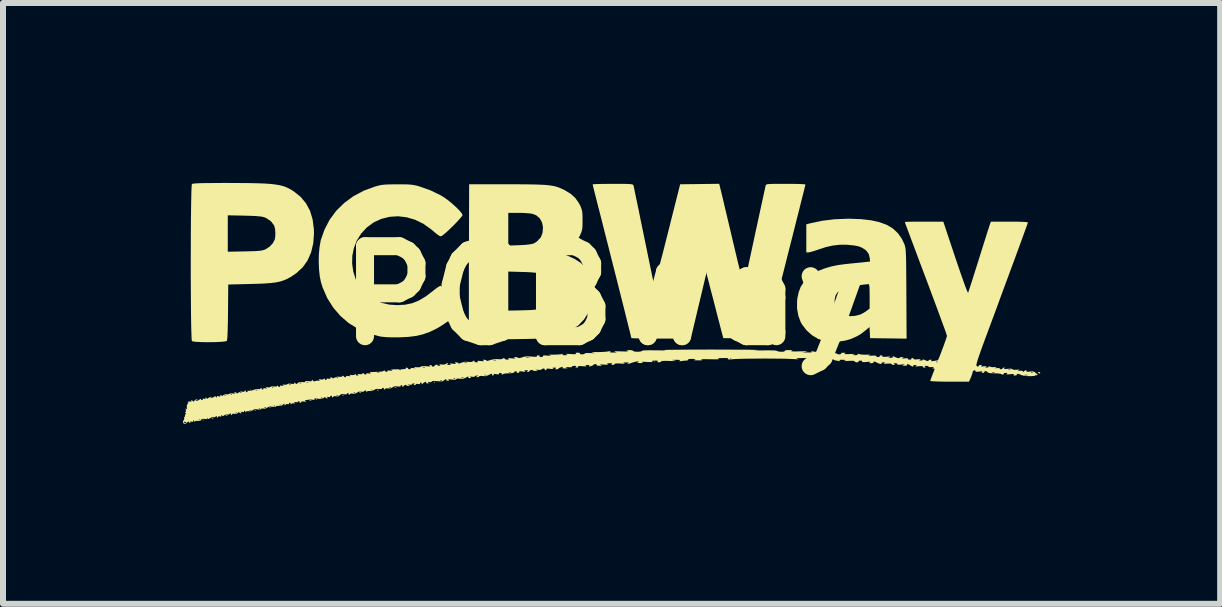
<source format=kicad_pcb>
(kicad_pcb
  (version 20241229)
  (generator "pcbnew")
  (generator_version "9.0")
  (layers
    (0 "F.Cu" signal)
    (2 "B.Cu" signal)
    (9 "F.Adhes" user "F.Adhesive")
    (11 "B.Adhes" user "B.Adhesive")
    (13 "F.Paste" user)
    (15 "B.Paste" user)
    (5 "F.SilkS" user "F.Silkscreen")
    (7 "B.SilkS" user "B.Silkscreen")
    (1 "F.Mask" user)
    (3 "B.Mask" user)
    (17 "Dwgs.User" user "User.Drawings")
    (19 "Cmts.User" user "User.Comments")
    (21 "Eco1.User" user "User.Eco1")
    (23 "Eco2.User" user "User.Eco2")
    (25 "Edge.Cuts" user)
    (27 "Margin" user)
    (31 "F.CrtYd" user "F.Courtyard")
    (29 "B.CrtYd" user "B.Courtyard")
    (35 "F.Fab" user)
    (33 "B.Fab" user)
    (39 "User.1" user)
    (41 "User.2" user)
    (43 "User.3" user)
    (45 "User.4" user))
  (footprint "PCBWay"
    (layer "F.Cu")
    (at 7.035 1.876)
    (property "Reference" "PCBWay" (at 0 0 0) (layer "F.SilkS") (effects (font (size 1.5 1.5) (thickness 0.3))))
    (attr board_only exclude_from_pos_files exclude_from_bom)
    (fp_poly (pts (xy 0.835 1.107) (xy 0.828 1.114) (xy 0.821 1.107) (xy 0.828 1.099)) (stroke (width 0) (type solid)) (fill yes) (layer "F.SilkS"))
    (fp_poly (pts (xy -6.688 2.071) (xy -6.69 2.08) (xy -6.698 2.081) (xy -6.71 2.076) (xy -6.708 2.071) (xy -6.69 2.07)) (stroke (width 0) (type solid)) (fill yes) (layer "F.SilkS"))
    (fp_poly (pts (xy -6.526 2.043) (xy -6.531 2.05) (xy -6.545 2.051) (xy -6.561 2.047) (xy -6.554 2.042) (xy -6.531 2.04)) (stroke (width 0) (type solid)) (fill yes) (layer "F.SilkS"))
    (fp_poly (pts (xy -6.292 1.999) (xy -6.296 2.006) (xy -6.311 2.007) (xy -6.327 2.003) (xy -6.32 1.998) (xy -6.297 1.996)) (stroke (width 0) (type solid)) (fill yes) (layer "F.SilkS"))
    (fp_poly (pts (xy -5.897 1.573) (xy -5.899 1.582) (xy -5.907 1.583) (xy -5.919 1.578) (xy -5.916 1.573) (xy -5.899 1.571)) (stroke (width 0) (type solid)) (fill yes) (layer "F.SilkS"))
    (fp_poly (pts (xy -5.824 1.91) (xy -5.826 1.919) (xy -5.833 1.92) (xy -5.845 1.915) (xy -5.843 1.91) (xy -5.826 1.908)) (stroke (width 0) (type solid)) (fill yes) (layer "F.SilkS"))
    (fp_poly (pts (xy -5.574 1.866) (xy -5.576 1.875) (xy -5.584 1.876) (xy -5.596 1.871) (xy -5.594 1.866) (xy -5.577 1.865)) (stroke (width 0) (type solid)) (fill yes) (layer "F.SilkS"))
    (fp_poly (pts (xy -4.892 1.749) (xy -4.89 1.754) (xy -4.91 1.756) (xy -4.931 1.754) (xy -4.928 1.749) (xy -4.898 1.747)) (stroke (width 0) (type solid)) (fill yes) (layer "F.SilkS"))
    (fp_poly (pts (xy -4.798 1.734) (xy -4.8 1.743) (xy -4.807 1.744) (xy -4.819 1.739) (xy -4.817 1.734) (xy -4.8 1.733)) (stroke (width 0) (type solid)) (fill yes) (layer "F.SilkS"))
    (fp_poly (pts (xy -4.358 1.661) (xy -4.36 1.67) (xy -4.368 1.671) (xy -4.38 1.665) (xy -4.377 1.661) (xy -4.36 1.659)) (stroke (width 0) (type solid)) (fill yes) (layer "F.SilkS"))
    (fp_poly (pts (xy -4.064 1.618) (xy -4.068 1.625) (xy -4.083 1.626) (xy -4.099 1.622) (xy -4.092 1.617) (xy -4.069 1.615)) (stroke (width 0) (type solid)) (fill yes) (layer "F.SilkS"))
    (fp_poly (pts (xy -3.771 1.574) (xy -3.775 1.581) (xy -3.79 1.582) (xy -3.806 1.578) (xy -3.799 1.573) (xy -3.776 1.571)) (stroke (width 0) (type solid)) (fill yes) (layer "F.SilkS"))
    (fp_poly (pts (xy -3.478 1.53) (xy -3.482 1.537) (xy -3.497 1.538) (xy -3.512 1.534) (xy -3.506 1.529) (xy -3.483 1.527)) (stroke (width 0) (type solid)) (fill yes) (layer "F.SilkS"))
    (fp_poly (pts (xy -2.834 1.441) (xy -2.836 1.45) (xy -2.843 1.451) (xy -2.855 1.446) (xy -2.853 1.441) (xy -2.836 1.439)) (stroke (width 0) (type solid)) (fill yes) (layer "F.SilkS"))
    (fp_poly (pts (xy 3.382 1.061) (xy 3.377 1.068) (xy 3.362 1.069) (xy 3.347 1.065) (xy 3.354 1.06) (xy 3.377 1.058)) (stroke (width 0) (type solid)) (fill yes) (layer "F.SilkS"))
    (fp_poly (pts (xy 7.251 1.282) (xy 7.255 1.29) (xy 7.253 1.303) (xy 7.24 1.299) (xy 7.226 1.29) (xy 7.212 1.278) (xy 7.226 1.275) (xy 7.229 1.275)) (stroke (width 0) (type solid)) (fill yes) (layer "F.SilkS"))
    (fp_poly (pts (xy -6.101 -1.875) (xy -5.94 -1.874) (xy -5.802 -1.871) (xy -5.686 -1.867) (xy -5.588 -1.861) (xy -5.506 -1.852) (xy -5.436 -1.841) (xy -5.376 -1.827) (xy -5.323 -1.809) (xy -5.275 -1.787) (xy -5.229 -1.762) (xy -5.186 -1.734) (xy -5.073 -1.644) (xy -4.984 -1.537) (xy -4.917 -1.412) (xy -4.874 -1.269) (xy -4.853 -1.108) (xy -4.851 -1.034) (xy -4.863 -0.869) (xy -4.899 -0.719) (xy -4.957 -0.586) (xy -5.038 -0.471) (xy -5.142 -0.375) (xy -5.174 -0.352) (xy -5.236 -0.311) (xy -5.294 -0.279) (xy -5.353 -0.253) (xy -5.416 -0.233) (xy -5.487 -0.218) (xy -5.572 -0.208) (xy -5.674 -0.2) (xy -5.798 -0.195) (xy -5.914 -0.192) (xy -6.28 -0.183) (xy -6.284 0.277) (xy -6.286 0.429) (xy -6.289 0.551) (xy -6.292 0.645) (xy -6.296 0.711) (xy -6.301 0.748) (xy -6.304 0.757) (xy -6.325 0.764) (xy -6.368 0.77) (xy -6.43 0.774) (xy -6.504 0.777) (xy -6.584 0.778) (xy -6.665 0.778) (xy -6.741 0.776) (xy -6.807 0.773) (xy -6.856 0.768) (xy -6.883 0.761) (xy -6.886 0.759) (xy -6.889 0.742) (xy -6.892 0.697) (xy -6.894 0.629) (xy -6.897 0.539) (xy -6.899 0.43) (xy -6.901 0.304) (xy -6.902 0.165) (xy -6.903 0.014) (xy -6.904 -0.146) (xy -6.905 -0.312) (xy -6.905 -0.481) (xy -6.905 -0.651) (xy -6.904 -0.82) (xy -6.904 -0.985) (xy -6.903 -1.143) (xy -6.902 -1.292) (xy -6.901 -1.337) (xy -6.288 -1.337) (xy -6.288 -1.034) (xy -6.288 -0.73) (xy -6.006 -0.735) (xy -5.905 -0.738) (xy -5.829 -0.74) (xy -5.772 -0.744) (xy -5.73 -0.749) (xy -5.698 -0.756) (xy -5.67 -0.765) (xy -5.656 -0.772) (xy -5.592 -0.813) (xy -5.538 -0.87) (xy -5.505 -0.932) (xy -5.504 -0.936) (xy -5.496 -0.986) (xy -5.495 -1.048) (xy -5.5 -1.11) (xy -5.512 -1.158) (xy -5.516 -1.169) (xy -5.568 -1.237) (xy -5.644 -1.289) (xy -5.665 -1.299) (xy -5.693 -1.308) (xy -5.73 -1.316) (xy -5.78 -1.321) (xy -5.848 -1.326) (xy -5.938 -1.329) (xy -6.006 -1.331) (xy -6.288 -1.337) (xy -6.901 -1.337) (xy -6.9 -1.429) (xy -6.898 -1.551) (xy -6.896 -1.657) (xy -6.894 -1.743) (xy -6.891 -1.807) (xy -6.888 -1.846) (xy -6.886 -1.858) (xy -6.873 -1.863) (xy -6.843 -1.867) (xy -6.795 -1.87) (xy -6.727 -1.873) (xy -6.636 -1.874) (xy -6.521 -1.875) (xy -6.38 -1.876) (xy -6.288 -1.876)) (stroke (width 0) (type solid)) (fill yes) (layer "F.SilkS"))
    (fp_poly (pts (xy -3.37 -1.853) (xy -3.296 -1.852) (xy -3.238 -1.848) (xy -3.19 -1.842) (xy -3.146 -1.833) (xy -3.102 -1.821) (xy -2.906 -1.752) (xy -2.735 -1.668) (xy -2.684 -1.637) (xy -2.627 -1.596) (xy -2.566 -1.547) (xy -2.506 -1.495) (xy -2.453 -1.444) (xy -2.41 -1.398) (xy -2.383 -1.362) (xy -2.374 -1.341) (xy -2.384 -1.323) (xy -2.412 -1.289) (xy -2.452 -1.244) (xy -2.501 -1.192) (xy -2.555 -1.139) (xy -2.608 -1.087) (xy -2.657 -1.043) (xy -2.697 -1.01) (xy -2.708 -1.002) (xy -2.723 -0.992) (xy -2.737 -0.987) (xy -2.754 -0.991) (xy -2.778 -1.006) (xy -2.814 -1.033) (xy -2.866 -1.076) (xy -2.902 -1.106) (xy -3.03 -1.197) (xy -3.166 -1.263) (xy -3.307 -1.304) (xy -3.45 -1.321) (xy -3.59 -1.312) (xy -3.726 -1.278) (xy -3.853 -1.22) (xy -3.969 -1.136) (xy -3.973 -1.132) (xy -4.067 -1.029) (xy -4.138 -0.914) (xy -4.186 -0.79) (xy -4.212 -0.66) (xy -4.215 -0.529) (xy -4.196 -0.4) (xy -4.157 -0.276) (xy -4.096 -0.161) (xy -4.014 -0.058) (xy -3.913 0.029) (xy -3.846 0.069) (xy -3.724 0.122) (xy -3.596 0.152) (xy -3.459 0.161) (xy -3.33 0.153) (xy -3.211 0.128) (xy -3.099 0.082) (xy -2.986 0.014) (xy -2.878 -0.068) (xy -2.828 -0.108) (xy -2.784 -0.139) (xy -2.753 -0.158) (xy -2.742 -0.161) (xy -2.722 -0.151) (xy -2.687 -0.123) (xy -2.641 -0.082) (xy -2.589 -0.032) (xy -2.535 0.023) (xy -2.484 0.077) (xy -2.44 0.126) (xy -2.408 0.167) (xy -2.39 0.194) (xy -2.389 0.2) (xy -2.401 0.23) (xy -2.434 0.272) (xy -2.485 0.322) (xy -2.549 0.376) (xy -2.622 0.433) (xy -2.701 0.487) (xy -2.781 0.537) (xy -2.814 0.555) (xy -2.925 0.608) (xy -3.034 0.647) (xy -3.148 0.674) (xy -3.277 0.69) (xy -3.415 0.697) (xy -3.539 0.698) (xy -3.638 0.695) (xy -3.72 0.687) (xy -3.756 0.681) (xy -3.943 0.632) (xy -4.116 0.557) (xy -4.273 0.459) (xy -4.412 0.339) (xy -4.532 0.199) (xy -4.631 0.041) (xy -4.707 -0.134) (xy -4.736 -0.227) (xy -4.755 -0.324) (xy -4.767 -0.439) (xy -4.772 -0.565) (xy -4.769 -0.691) (xy -4.758 -0.809) (xy -4.74 -0.909) (xy -4.738 -0.921) (xy -4.675 -1.1) (xy -4.589 -1.265) (xy -4.479 -1.413) (xy -4.347 -1.543) (xy -4.194 -1.655) (xy -4.022 -1.747) (xy -3.846 -1.812) (xy -3.795 -1.827) (xy -3.75 -1.838) (xy -3.705 -1.845) (xy -3.654 -1.85) (xy -3.588 -1.852) (xy -3.503 -1.853) (xy -3.466 -1.853)) (stroke (width 0) (type solid)) (fill yes) (layer "F.SilkS"))
    (fp_poly (pts (xy 4.267 -1.273) (xy 4.434 -1.254) (xy 4.577 -1.222) (xy 4.699 -1.177) (xy 4.8 -1.116) (xy 4.882 -1.04) (xy 4.947 -0.948) (xy 4.986 -0.867) (xy 4.994 -0.848) (xy 5 -0.829) (xy 5.005 -0.808) (xy 5.01 -0.782) (xy 5.013 -0.749) (xy 5.016 -0.705) (xy 5.018 -0.648) (xy 5.02 -0.576) (xy 5.021 -0.486) (xy 5.022 -0.375) (xy 5.023 -0.241) (xy 5.024 -0.081) (xy 5.024 -0.033) (xy 5.028 0.719) (xy 4.724 0.715) (xy 4.419 0.711) (xy 4.415 0.618) (xy 4.41 0.526) (xy 4.341 0.583) (xy 4.284 0.628) (xy 4.236 0.66) (xy 4.185 0.687) (xy 4.121 0.715) (xy 4.098 0.725) (xy 4.009 0.751) (xy 3.904 0.767) (xy 3.796 0.773) (xy 3.697 0.767) (xy 3.665 0.762) (xy 3.555 0.724) (xy 3.451 0.662) (xy 3.359 0.58) (xy 3.285 0.482) (xy 3.262 0.442) (xy 3.223 0.337) (xy 3.202 0.218) (xy 3.202 0.137) (xy 3.828 0.137) (xy 3.834 0.195) (xy 3.843 0.233) (xy 3.861 0.261) (xy 3.872 0.273) (xy 3.929 0.311) (xy 4.004 0.335) (xy 4.089 0.345) (xy 4.176 0.338) (xy 4.259 0.316) (xy 4.262 0.314) (xy 4.31 0.29) (xy 4.359 0.259) (xy 4.363 0.255) (xy 4.412 0.218) (xy 4.412 0.014) (xy 4.411 -0.072) (xy 4.409 -0.132) (xy 4.405 -0.17) (xy 4.398 -0.188) (xy 4.393 -0.19) (xy 4.372 -0.188) (xy 4.328 -0.183) (xy 4.27 -0.176) (xy 4.221 -0.169) (xy 4.097 -0.149) (xy 4 -0.124) (xy 3.927 -0.092) (xy 3.876 -0.052) (xy 3.844 -0.002) (xy 3.829 0.061) (xy 3.828 0.137) (xy 3.202 0.137) (xy 3.202 0.096) (xy 3.208 0.042) (xy 3.23 -0.059) (xy 3.262 -0.142) (xy 3.308 -0.214) (xy 3.35 -0.263) (xy 3.414 -0.324) (xy 3.482 -0.372) (xy 3.565 -0.414) (xy 3.642 -0.444) (xy 3.705 -0.465) (xy 3.766 -0.482) (xy 3.831 -0.497) (xy 3.905 -0.51) (xy 3.994 -0.522) (xy 4.105 -0.534) (xy 4.165 -0.54) (xy 4.419 -0.566) (xy 4.415 -0.615) (xy 4.398 -0.689) (xy 4.358 -0.746) (xy 4.325 -0.772) (xy 4.276 -0.801) (xy 4.222 -0.821) (xy 4.155 -0.834) (xy 4.069 -0.843) (xy 4.029 -0.846) (xy 3.913 -0.846) (xy 3.799 -0.833) (xy 3.679 -0.806) (xy 3.544 -0.762) (xy 3.54 -0.76) (xy 3.482 -0.741) (xy 3.431 -0.726) (xy 3.396 -0.719) (xy 3.39 -0.718) (xy 3.356 -0.718) (xy 3.356 -0.952) (xy 3.356 -1.186) (xy 3.411 -1.201) (xy 3.614 -1.245) (xy 3.827 -1.271) (xy 4.057 -1.28) (xy 4.075 -1.28)) (stroke (width 0) (type solid)) (fill yes) (layer "F.SilkS"))
    (fp_poly (pts (xy -1.634 -1.854) (xy -1.462 -1.854) (xy -1.317 -1.853) (xy -1.195 -1.851) (xy -1.093 -1.848) (xy -1.009 -1.844) (xy -0.939 -1.838) (xy -0.88 -1.829) (xy -0.83 -1.819) (xy -0.785 -1.806) (xy -0.743 -1.789) (xy -0.7 -1.77) (xy -0.674 -1.757) (xy -0.573 -1.696) (xy -0.495 -1.626) (xy -0.434 -1.539) (xy -0.412 -1.497) (xy -0.395 -1.456) (xy -0.384 -1.419) (xy -0.377 -1.377) (xy -0.374 -1.321) (xy -0.374 -1.253) (xy -0.374 -1.18) (xy -0.377 -1.127) (xy -0.384 -1.087) (xy -0.396 -1.049) (xy -0.415 -1.006) (xy -0.42 -0.994) (xy -0.477 -0.898) (xy -0.549 -0.814) (xy -0.63 -0.75) (xy -0.661 -0.732) (xy -0.724 -0.7) (xy -0.635 -0.668) (xy -0.506 -0.61) (xy -0.4 -0.541) (xy -0.321 -0.46) (xy -0.274 -0.382) (xy -0.262 -0.353) (xy -0.254 -0.321) (xy -0.247 -0.279) (xy -0.243 -0.224) (xy -0.24 -0.15) (xy -0.237 -0.062) (xy -0.231 0.192) (xy -0.276 0.283) (xy -0.349 0.399) (xy -0.444 0.498) (xy -0.563 0.582) (xy -0.705 0.649) (xy -0.872 0.701) (xy -0.887 0.704) (xy -0.924 0.709) (xy -0.989 0.714) (xy -1.083 0.718) (xy -1.204 0.722) (xy -1.352 0.725) (xy -1.527 0.728) (xy -1.608 0.729) (xy -1.767 0.73) (xy -1.899 0.731) (xy -2.006 0.731) (xy -2.091 0.731) (xy -2.156 0.73) (xy -2.204 0.728) (xy -2.236 0.725) (xy -2.255 0.722) (xy -2.264 0.717) (xy -2.264 0.716) (xy -2.266 0.699) (xy -2.267 0.654) (xy -2.267 0.585) (xy -2.268 0.492) (xy -2.269 0.379) (xy -2.269 0.248) (xy -2.269 0.099) (xy -2.269 -0.063) (xy -2.269 -0.237) (xy -2.269 -0.399) (xy -1.612 -0.399) (xy -1.612 -0.074) (xy -1.612 0.252) (xy -1.374 0.247) (xy -1.282 0.244) (xy -1.213 0.241) (xy -1.162 0.236) (xy -1.123 0.229) (xy -1.091 0.219) (xy -1.063 0.208) (xy -0.98 0.162) (xy -0.924 0.109) (xy -0.89 0.044) (xy -0.875 -0.039) (xy -0.874 -0.081) (xy -0.88 -0.167) (xy -0.901 -0.232) (xy -0.938 -0.284) (xy -0.971 -0.312) (xy -1.008 -0.337) (xy -1.048 -0.356) (xy -1.094 -0.37) (xy -1.152 -0.379) (xy -1.227 -0.386) (xy -1.325 -0.391) (xy -1.367 -0.392) (xy -1.612 -0.399) (xy -2.269 -0.399) (xy -2.269 -0.422) (xy -2.268 -0.579) (xy -2.266 -1.378) (xy -1.612 -1.378) (xy -1.612 -1.105) (xy -1.612 -0.832) (xy -1.425 -0.839) (xy -1.327 -0.844) (xy -1.25 -0.853) (xy -1.198 -0.864) (xy -1.187 -0.868) (xy -1.115 -0.912) (xy -1.066 -0.975) (xy -1.041 -1.047) (xy -1.033 -1.139) (xy -1.05 -1.22) (xy -1.088 -1.287) (xy -1.146 -1.337) (xy -1.208 -1.361) (xy -1.249 -1.368) (xy -1.312 -1.373) (xy -1.385 -1.377) (xy -1.443 -1.378) (xy -1.612 -1.378) (xy -2.266 -1.378) (xy -2.264 -1.854)) (stroke (width 0) (type solid)) (fill yes) (layer "F.SilkS"))
    (fp_poly (pts (xy 1.918 -1.807) (xy 1.924 -1.782) (xy 1.936 -1.732) (xy 1.954 -1.659) (xy 1.976 -1.566) (xy 2.002 -1.455) (xy 2.032 -1.33) (xy 2.064 -1.194) (xy 2.099 -1.048) (xy 2.12 -0.957) (xy 2.155 -0.81) (xy 2.188 -0.671) (xy 2.218 -0.545) (xy 2.246 -0.432) (xy 2.269 -0.336) (xy 2.288 -0.259) (xy 2.302 -0.204) (xy 2.311 -0.174) (xy 2.313 -0.168) (xy 2.315 -0.171) (xy 2.317 -0.179) (xy 2.321 -0.193) (xy 2.326 -0.215) (xy 2.334 -0.248) (xy 2.344 -0.294) (xy 2.358 -0.354) (xy 2.375 -0.431) (xy 2.395 -0.527) (xy 2.421 -0.644) (xy 2.451 -0.783) (xy 2.486 -0.947) (xy 2.522 -1.114) (xy 2.552 -1.252) (xy 2.58 -1.382) (xy 2.606 -1.501) (xy 2.629 -1.606) (xy 2.648 -1.695) (xy 2.663 -1.763) (xy 2.673 -1.809) (xy 2.677 -1.828) (xy 2.68 -1.839) (xy 2.687 -1.847) (xy 2.699 -1.853) (xy 2.722 -1.857) (xy 2.759 -1.859) (xy 2.814 -1.861) (xy 2.89 -1.861) (xy 2.991 -1.861) (xy 3.014 -1.861) (xy 3.108 -1.861) (xy 3.192 -1.86) (xy 3.261 -1.858) (xy 3.311 -1.855) (xy 3.338 -1.852) (xy 3.342 -1.85) (xy 3.338 -1.835) (xy 3.328 -1.793) (xy 3.312 -1.727) (xy 3.29 -1.641) (xy 3.263 -1.535) (xy 3.233 -1.412) (xy 3.198 -1.276) (xy 3.161 -1.127) (xy 3.121 -0.969) (xy 3.1 -0.887) (xy 3.056 -0.714) (xy 3.012 -0.54) (xy 2.969 -0.37) (xy 2.927 -0.207) (xy 2.888 -0.054) (xy 2.853 0.085) (xy 2.822 0.206) (xy 2.797 0.307) (xy 2.777 0.383) (xy 2.775 0.392) (xy 2.693 0.719) (xy 2.332 0.715) (xy 1.972 0.711) (xy 1.867 0.308) (xy 1.834 0.178) (xy 1.797 0.035) (xy 1.758 -0.112) (xy 1.722 -0.255) (xy 1.688 -0.384) (xy 1.672 -0.447) (xy 1.647 -0.546) (xy 1.623 -0.636) (xy 1.602 -0.713) (xy 1.586 -0.774) (xy 1.575 -0.814) (xy 1.571 -0.827) (xy 1.565 -0.821) (xy 1.553 -0.789) (xy 1.535 -0.73) (xy 1.511 -0.644) (xy 1.48 -0.53) (xy 1.444 -0.389) (xy 1.4 -0.22) (xy 1.362 -0.068) (xy 1.165 0.718) (xy 0.802 0.718) (xy 0.703 0.718) (xy 0.614 0.717) (xy 0.539 0.715) (xy 0.482 0.713) (xy 0.448 0.711) (xy 0.44 0.709) (xy 0.436 0.693) (xy 0.426 0.652) (xy 0.41 0.586) (xy 0.388 0.5) (xy 0.362 0.395) (xy 0.332 0.274) (xy 0.298 0.139) (xy 0.261 -0.007) (xy 0.222 -0.163) (xy 0.181 -0.325) (xy 0.139 -0.491) (xy 0.096 -0.659) (xy 0.054 -0.826) (xy 0.012 -0.99) (xy -0.028 -1.148) (xy -0.066 -1.299) (xy -0.096 -1.416) (xy -0.124 -1.523) (xy -0.148 -1.621) (xy -0.17 -1.706) (xy -0.187 -1.775) (xy -0.199 -1.824) (xy -0.205 -1.849) (xy -0.205 -1.852) (xy -0.191 -1.855) (xy -0.152 -1.857) (xy -0.092 -1.859) (xy -0.014 -1.86) (xy 0.076 -1.861) (xy 0.131 -1.861) (xy 0.239 -1.861) (xy 0.322 -1.861) (xy 0.382 -1.859) (xy 0.424 -1.857) (xy 0.45 -1.853) (xy 0.465 -1.848) (xy 0.473 -1.84) (xy 0.475 -1.836) (xy 0.479 -1.817) (xy 0.489 -1.772) (xy 0.503 -1.704) (xy 0.521 -1.615) (xy 0.544 -1.508) (xy 0.569 -1.386) (xy 0.596 -1.252) (xy 0.626 -1.108) (xy 0.644 -1.019) (xy 0.675 -0.869) (xy 0.704 -0.728) (xy 0.731 -0.597) (xy 0.755 -0.48) (xy 0.776 -0.379) (xy 0.793 -0.297) (xy 0.806 -0.236) (xy 0.813 -0.199) (xy 0.815 -0.191) (xy 0.82 -0.193) (xy 0.831 -0.221) (xy 0.847 -0.273) (xy 0.869 -0.35) (xy 0.897 -0.453) (xy 0.931 -0.583) (xy 0.972 -0.74) (xy 1.019 -0.925) (xy 1.039 -1.004) (xy 1.253 -1.854) (xy 1.579 -1.858) (xy 1.904 -1.862)) (stroke (width 0) (type solid)) (fill yes) (layer "F.SilkS"))
    (fp_poly (pts (xy 5.841 -0.628) (xy 5.89 -0.484) (xy 5.933 -0.358) (xy 5.971 -0.25) (xy 6.002 -0.164) (xy 6.027 -0.099) (xy 6.044 -0.059) (xy 6.053 -0.045) (xy 6.053 -0.046) (xy 6.06 -0.064) (xy 6.074 -0.107) (xy 6.095 -0.171) (xy 6.122 -0.254) (xy 6.153 -0.353) (xy 6.188 -0.464) (xy 6.226 -0.583) (xy 6.234 -0.609) (xy 6.272 -0.731) (xy 6.308 -0.846) (xy 6.341 -0.949) (xy 6.369 -1.039) (xy 6.392 -1.111) (xy 6.409 -1.162) (xy 6.418 -1.189) (xy 6.418 -1.191) (xy 6.434 -1.231) (xy 6.742 -1.231) (xy 6.847 -1.231) (xy 6.933 -1.229) (xy 6.997 -1.226) (xy 7.037 -1.222) (xy 7.05 -1.217) (xy 7.046 -1.203) (xy 7.033 -1.166) (xy 7.011 -1.105) (xy 6.98 -1.02) (xy 6.941 -0.912) (xy 6.892 -0.779) (xy 6.834 -0.62) (xy 6.766 -0.437) (xy 6.689 -0.228) (xy 6.602 0.007) (xy 6.506 0.269) (xy 6.399 0.557) (xy 6.3 0.824) (xy 6.267 0.916) (xy 6.238 0.999) (xy 6.214 1.07) (xy 6.198 1.124) (xy 6.191 1.157) (xy 6.19 1.165) (xy 6.205 1.183) (xy 6.222 1.186) (xy 6.229 1.173) (xy 6.241 1.161) (xy 6.262 1.158) (xy 6.284 1.16) (xy 6.279 1.169) (xy 6.273 1.174) (xy 6.267 1.182) (xy 6.285 1.184) (xy 6.317 1.181) (xy 6.354 1.177) (xy 6.363 1.18) (xy 6.354 1.186) (xy 6.336 1.196) (xy 6.344 1.2) (xy 6.366 1.201) (xy 6.394 1.197) (xy 6.397 1.186) (xy 6.396 1.177) (xy 6.416 1.185) (xy 6.417 1.186) (xy 6.452 1.195) (xy 6.495 1.194) (xy 6.495 1.194) (xy 6.525 1.191) (xy 6.528 1.194) (xy 6.515 1.202) (xy 6.5 1.211) (xy 6.509 1.213) (xy 6.533 1.21) (xy 6.565 1.209) (xy 6.581 1.216) (xy 6.581 1.217) (xy 6.593 1.23) (xy 6.603 1.231) (xy 6.622 1.223) (xy 6.625 1.217) (xy 6.637 1.204) (xy 6.65 1.202) (xy 6.667 1.205) (xy 6.657 1.215) (xy 6.654 1.217) (xy 6.65 1.225) (xy 6.672 1.226) (xy 6.707 1.223) (xy 6.761 1.219) (xy 6.789 1.226) (xy 6.792 1.23) (xy 6.814 1.239) (xy 6.856 1.239) (xy 6.864 1.238) (xy 6.899 1.235) (xy 6.909 1.237) (xy 6.896 1.246) (xy 6.88 1.255) (xy 6.889 1.257) (xy 6.913 1.254) (xy 6.951 1.254) (xy 6.968 1.265) (xy 6.978 1.275) (xy 6.985 1.264) (xy 7.006 1.247) (xy 7.015 1.246) (xy 7.029 1.254) (xy 7.027 1.262) (xy 7.031 1.271) (xy 7.061 1.271) (xy 7.081 1.268) (xy 7.127 1.264) (xy 7.157 1.273) (xy 7.177 1.288) (xy 7.201 1.308) (xy 7.213 1.315) (xy 7.212 1.321) (xy 7.208 1.325) (xy 7.185 1.336) (xy 7.142 1.342) (xy 7.087 1.345) (xy 7.03 1.343) (xy 6.98 1.337) (xy 6.947 1.328) (xy 6.99 1.328) (xy 7.011 1.33) (xy 7.021 1.33) (xy 7.047 1.329) (xy 7.05 1.325) (xy 7.047 1.324) (xy 7.172 1.324) (xy 7.174 1.333) (xy 7.182 1.334) (xy 7.194 1.328) (xy 7.192 1.324) (xy 7.174 1.322) (xy 7.172 1.324) (xy 7.047 1.324) (xy 7.046 1.324) (xy 7.009 1.321) (xy 6.995 1.324) (xy 6.99 1.328) (xy 6.947 1.328) (xy 6.944 1.327) (xy 6.944 1.327) (xy 6.903 1.31) (xy 6.875 1.305) (xy 6.864 1.312) (xy 6.867 1.319) (xy 6.861 1.33) (xy 6.835 1.334) (xy 6.808 1.331) (xy 6.808 1.324) (xy 6.815 1.318) (xy 6.82 1.31) (xy 6.8 1.308) (xy 6.757 1.312) (xy 6.712 1.316) (xy 6.693 1.313) (xy 6.698 1.306) (xy 6.708 1.295) (xy 6.694 1.29) (xy 6.679 1.29) (xy 6.652 1.294) (xy 6.647 1.304) (xy 6.645 1.316) (xy 6.627 1.319) (xy 6.607 1.311) (xy 6.604 1.308) (xy 6.585 1.303) (xy 6.545 1.299) (xy 6.492 1.297) (xy 6.489 1.297) (xy 6.425 1.295) (xy 6.388 1.287) (xy 6.385 1.284) (xy 6.447 1.284) (xy 6.466 1.287) (xy 6.471 1.287) (xy 6.481 1.286) (xy 7.1 1.286) (xy 7.115 1.289) (xy 7.134 1.286) (xy 7.134 1.281) (xy 7.114 1.277) (xy 7.106 1.28) (xy 7.1 1.286) (xy 6.481 1.286) (xy 6.496 1.285) (xy 6.498 1.281) (xy 6.497 1.28) (xy 6.468 1.277) (xy 6.453 1.28) (xy 6.447 1.284) (xy 6.385 1.284) (xy 6.379 1.279) (xy 6.362 1.264) (xy 6.344 1.26) (xy 6.325 1.266) (xy 6.324 1.275) (xy 6.319 1.286) (xy 6.3 1.29) (xy 6.277 1.287) (xy 6.282 1.278) (xy 6.288 1.274) (xy 6.293 1.265) (xy 6.275 1.264) (xy 6.239 1.268) (xy 6.194 1.272) (xy 6.176 1.267) (xy 6.177 1.262) (xy 6.174 1.249) (xy 6.16 1.246) (xy 6.136 1.257) (xy 6.131 1.271) (xy 6.124 1.299) (xy 6.109 1.342) (xy 6.099 1.367) (xy 6.069 1.436) (xy 5.746 1.436) (xy 5.652 1.436) (xy 5.569 1.434) (xy 5.501 1.432) (xy 5.452 1.429) (xy 5.426 1.426) (xy 5.423 1.424) (xy 5.428 1.406) (xy 5.441 1.368) (xy 5.46 1.319) (xy 5.46 1.319) (xy 5.48 1.267) (xy 5.489 1.241) (xy 6.722 1.241) (xy 6.742 1.244) (xy 6.763 1.241) (xy 6.76 1.236) (xy 6.73 1.234) (xy 6.724 1.236) (xy 6.722 1.241) (xy 5.489 1.241) (xy 5.491 1.236) (xy 5.493 1.221) (xy 5.487 1.216) (xy 5.473 1.216) (xy 5.471 1.215) (xy 5.455 1.213) (xy 5.465 1.205) (xy 5.474 1.201) (xy 5.487 1.192) (xy 5.475 1.191) (xy 5.449 1.193) (xy 5.413 1.194) (xy 5.395 1.189) (xy 5.394 1.186) (xy 5.381 1.176) (xy 5.353 1.173) (xy 5.328 1.175) (xy 5.329 1.183) (xy 5.335 1.187) (xy 5.346 1.198) (xy 5.332 1.201) (xy 5.323 1.202) (xy 5.3 1.197) (xy 5.299 1.187) (xy 5.293 1.178) (xy 5.259 1.177) (xy 5.23 1.179) (xy 5.187 1.183) (xy 5.172 1.18) (xy 5.181 1.174) (xy 5.199 1.164) (xy 5.191 1.16) (xy 5.169 1.159) (xy 5.142 1.162) (xy 5.137 1.173) (xy 5.139 1.186) (xy 5.123 1.184) (xy 5.095 1.168) (xy 5.092 1.166) (xy 5.064 1.149) (xy 5.041 1.144) (xy 5.032 1.15) (xy 5.035 1.158) (xy 5.029 1.168) (xy 4.999 1.171) (xy 4.995 1.171) (xy 4.964 1.17) (xy 4.96 1.166) (xy 4.981 1.157) (xy 4.983 1.157) (xy 4.996 1.15) (xy 4.982 1.148) (xy 4.942 1.151) (xy 4.893 1.154) (xy 4.873 1.149) (xy 4.873 1.144) (xy 4.868 1.133) (xy 4.841 1.129) (xy 4.815 1.131) (xy 4.815 1.138) (xy 4.822 1.143) (xy 4.834 1.154) (xy 4.819 1.157) (xy 4.811 1.158) (xy 4.785 1.152) (xy 4.778 1.143) (xy 4.764 1.135) (xy 4.726 1.134) (xy 4.701 1.136) (xy 4.659 1.139) (xy 4.644 1.137) (xy 4.653 1.13) (xy 4.671 1.12) (xy 4.663 1.116) (xy 4.642 1.115) (xy 4.614 1.118) (xy 4.61 1.129) (xy 4.609 1.141) (xy 4.589 1.141) (xy 4.554 1.129) (xy 4.538 1.121) (xy 4.514 1.11) (xy 5.517 1.11) (xy 5.532 1.113) (xy 5.551 1.11) (xy 5.551 1.105) (xy 5.531 1.102) (xy 5.523 1.104) (xy 5.517 1.11) (xy 4.514 1.11) (xy 4.498 1.103) (xy 4.477 1.101) (xy 4.477 1.113) (xy 4.478 1.114) (xy 4.472 1.124) (xy 4.442 1.128) (xy 4.438 1.128) (xy 4.408 1.126) (xy 4.404 1.121) (xy 4.419 1.113) (xy 4.426 1.106) (xy 4.405 1.104) (xy 4.362 1.108) (xy 4.312 1.111) (xy 4.288 1.108) (xy 4.286 1.101) (xy 4.282 1.088) (xy 4.258 1.085) (xy 4.232 1.089) (xy 4.228 1.099) (xy 4.223 1.11) (xy 4.2 1.114) (xy 4.172 1.109) (xy 4.162 1.098) (xy 4.148 1.09) (xy 4.106 1.088) (xy 4.056 1.09) (xy 4.005 1.093) (xy 3.982 1.092) (xy 3.989 1.087) (xy 3.994 1.086) (xy 4.017 1.079) (xy 4.017 1.075) (xy 3.992 1.073) (xy 3.965 1.072) (xy 3.923 1.072) (xy 3.907 1.077) (xy 3.913 1.086) (xy 3.922 1.095) (xy 3.907 1.095) (xy 3.891 1.091) (xy 3.854 1.084) (xy 3.829 1.08) (xy 3.812 1.072) (xy 3.811 1.067) (xy 3.798 1.06) (xy 3.766 1.056) (xy 3.756 1.056) (xy 3.722 1.057) (xy 3.716 1.064) (xy 3.723 1.07) (xy 3.728 1.078) (xy 3.707 1.083) (xy 3.671 1.083) (xy 3.631 1.081) (xy 3.617 1.078) (xy 3.627 1.072) (xy 3.635 1.069) (xy 3.64 1.063) (xy 3.618 1.061) (xy 3.569 1.062) (xy 3.534 1.064) (xy 3.465 1.067) (xy 3.424 1.066) (xy 3.407 1.061) (xy 3.407 1.057) (xy 3.401 1.048) (xy 3.369 1.044) (xy 3.31 1.042) (xy 3.288 1.043) (xy 3.229 1.044) (xy 3.197 1.046) (xy 3.19 1.05) (xy 3.206 1.055) (xy 3.21 1.056) (xy 3.223 1.061) (xy 3.209 1.063) (xy 3.169 1.061) (xy 3.144 1.06) (xy 3.082 1.057) (xy 2.999 1.054) (xy 2.898 1.053) (xy 2.787 1.052) (xy 2.669 1.051) (xy 2.551 1.052) (xy 2.437 1.053) (xy 2.333 1.054) (xy 2.245 1.056) (xy 2.177 1.059) (xy 2.147 1.061) (xy 2.088 1.066) (xy 2.056 1.065) (xy 2.048 1.06) (xy 2.052 1.057) (xy 2.056 1.048) (xy 2.043 1.046) (xy 2.086 1.046) (xy 2.088 1.054) (xy 2.096 1.055) (xy 2.108 1.05) (xy 2.106 1.046) (xy 2.088 1.044) (xy 2.086 1.046) (xy 2.043 1.046) (xy 2.037 1.044) (xy 1.992 1.042) (xy 1.964 1.043) (xy 1.911 1.044) (xy 1.885 1.047) (xy 1.883 1.051) (xy 1.898 1.056) (xy 1.903 1.061) (xy 1.881 1.063) (xy 1.834 1.064) (xy 1.764 1.063) (xy 1.751 1.063) (xy 1.679 1.061) (xy 1.628 1.062) (xy 1.602 1.064) (xy 1.602 1.068) (xy 1.605 1.069) (xy 1.623 1.075) (xy 1.618 1.079) (xy 1.589 1.081) (xy 1.554 1.081) (xy 1.505 1.081) (xy 1.484 1.077) (xy 1.49 1.072) (xy 1.495 1.07) (xy 1.51 1.063) (xy 1.502 1.059) (xy 1.468 1.057) (xy 1.454 1.057) (xy 1.408 1.058) (xy 1.386 1.065) (xy 1.385 1.07) (xy 1.38 1.081) (xy 1.358 1.085) (xy 1.318 1.087) (xy 1.273 1.093) (xy 1.243 1.097) (xy 1.238 1.092) (xy 1.246 1.086) (xy 1.252 1.077) (xy 1.235 1.073) (xy 1.192 1.072) (xy 1.187 1.072) (xy 1.107 1.074) (xy 1.165 1.086) (xy 1.181 1.091) (xy 1.169 1.093) (xy 1.128 1.093) (xy 1.081 1.091) (xy 1.008 1.089) (xy 0.96 1.091) (xy 0.939 1.097) (xy 0.938 1.099) (xy 0.925 1.11) (xy 0.898 1.114) (xy 0.872 1.111) (xy 0.873 1.104) (xy 0.879 1.099) (xy 0.885 1.09) (xy 0.866 1.086) (xy 0.835 1.085) (xy 0.797 1.087) (xy 0.784 1.092) (xy 0.791 1.1) (xy 0.794 1.107) (xy 0.771 1.11) (xy 0.722 1.109) (xy 0.696 1.108) (xy 0.64 1.105) (xy 0.611 1.106) (xy 0.611 1.111) (xy 0.616 1.113) (xy 0.634 1.121) (xy 0.629 1.125) (xy 0.598 1.126) (xy 0.586 1.126) (xy 0.549 1.125) (xy 0.538 1.121) (xy 0.55 1.114) (xy 0.568 1.105) (xy 0.56 1.101) (xy 0.54 1.1) (xy 0.501 1.105) (xy 0.455 1.119) (xy 0.449 1.121) (xy 0.41 1.135) (xy 0.381 1.142) (xy 0.378 1.142) (xy 0.374 1.137) (xy 0.388 1.129) (xy 0.4 1.121) (xy 0.386 1.117) (xy 0.352 1.116) (xy 0.314 1.117) (xy 0.303 1.121) (xy 0.316 1.127) (xy 0.322 1.13) (xy 0.332 1.136) (xy 0.312 1.137) (xy 0.264 1.135) (xy 0.26 1.134) (xy 0.199 1.132) (xy 0.167 1.136) (xy 0.161 1.142) (xy 0.149 1.154) (xy 0.128 1.158) (xy 0.107 1.155) (xy 0.112 1.147) (xy 0.117 1.143) (xy 0.124 1.134) (xy 0.106 1.13) (xy 0.081 1.129) (xy 0.045 1.131) (xy 0.036 1.137) (xy 0.044 1.144) (xy 0.048 1.152) (xy 0.027 1.154) (xy -0.021 1.152) (xy -0.022 1.152) (xy -0.067 1.149) (xy -0.084 1.15) (xy -0.074 1.157) (xy -0.073 1.157) (xy -0.053 1.165) (xy -0.056 1.169) (xy -0.085 1.171) (xy -0.092 1.171) (xy -0.128 1.169) (xy -0.14 1.16) (xy -0.139 1.158) (xy -0.144 1.146) (xy -0.159 1.143) (xy -0.185 1.149) (xy -0.193 1.157) (xy -0.209 1.169) (xy -0.242 1.18) (xy -0.269 1.184) (xy -0.271 1.179) (xy -0.264 1.174) (xy -0.255 1.164) (xy -0.27 1.159) (xy -0.293 1.159) (xy -0.324 1.161) (xy -0.329 1.166) (xy -0.315 1.174) (xy -0.308 1.181) (xy -0.329 1.182) (xy -0.372 1.179) (xy -0.422 1.175) (xy -0.446 1.179) (xy -0.448 1.186) (xy -0.451 1.198) (xy -0.472 1.202) (xy -0.494 1.199) (xy -0.489 1.191) (xy -0.484 1.187) (xy -0.475 1.178) (xy -0.492 1.173) (xy -0.51 1.173) (xy -0.541 1.176) (xy -0.55 1.186) (xy -0.55 1.187) (xy -0.557 1.195) (xy -0.589 1.196) (xy -0.611 1.195) (xy -0.649 1.192) (xy -0.66 1.194) (xy -0.645 1.2) (xy -0.645 1.201) (xy -0.625 1.209) (xy -0.628 1.213) (xy -0.657 1.215) (xy -0.667 1.215) (xy -0.702 1.214) (xy -0.712 1.208) (xy -0.704 1.2) (xy -0.695 1.191) (xy -0.71 1.191) (xy -0.726 1.194) (xy -0.758 1.205) (xy -0.774 1.218) (xy -0.791 1.228) (xy -0.811 1.231) (xy -0.832 1.229) (xy -0.826 1.22) (xy -0.821 1.217) (xy -0.812 1.207) (xy -0.828 1.203) (xy -0.843 1.202) (xy -0.871 1.204) (xy -0.872 1.211) (xy -0.865 1.217) (xy -0.86 1.225) (xy -0.88 1.226) (xy -0.914 1.222) (xy -0.958 1.218) (xy -0.976 1.222) (xy -0.976 1.229) (xy -0.978 1.243) (xy -0.989 1.246) (xy -1.005 1.239) (xy -1.004 1.231) (xy -1.008 1.22) (xy -1.025 1.217) (xy -1.049 1.223) (xy -1.055 1.231) (xy -1.068 1.239) (xy -1.104 1.24) (xy -1.118 1.239) (xy -1.152 1.236) (xy -1.16 1.238) (xy -1.143 1.245) (xy -1.12 1.253) (xy -1.123 1.257) (xy -1.152 1.259) (xy -1.154 1.259) (xy -1.187 1.256) (xy -1.202 1.248) (xy -1.202 1.247) (xy -1.214 1.24) (xy -1.231 1.242) (xy -1.255 1.253) (xy -1.26 1.262) (xy -1.273 1.273) (xy -1.286 1.275) (xy -1.303 1.272) (xy -1.293 1.262) (xy -1.29 1.26) (xy -1.281 1.251) (xy -1.297 1.247) (xy -1.312 1.246) (xy -1.34 1.248) (xy -1.341 1.255) (xy -1.334 1.262) (xy -1.328 1.27) (xy -1.346 1.271) (xy -1.376 1.267) (xy -1.416 1.263) (xy -1.431 1.268) (xy -1.43 1.274) (xy -1.433 1.287) (xy -1.451 1.29) (xy -1.472 1.284) (xy -1.473 1.275) (xy -1.476 1.262) (xy -1.486 1.26) (xy -1.509 1.271) (xy -1.513 1.279) (xy -1.532 1.291) (xy -1.577 1.297) (xy -1.601 1.297) (xy -1.648 1.299) (xy -1.683 1.304) (xy -1.694 1.308) (xy -1.713 1.319) (xy -1.724 1.315) (xy -1.722 1.304) (xy -1.727 1.293) (xy -1.744 1.29) (xy -1.765 1.295) (xy -1.766 1.305) (xy -1.77 1.314) (xy -1.8 1.313) (xy -1.811 1.311) (xy -1.846 1.306) (xy -1.857 1.312) (xy -1.855 1.317) (xy -1.857 1.331) (xy -1.869 1.334) (xy -1.885 1.327) (xy -1.883 1.319) (xy -1.882 1.306) (xy -1.9 1.307) (xy -1.931 1.321) (xy -1.943 1.328) (xy -1.986 1.345) (xy -2.038 1.343) (xy -2.077 1.34) (xy -2.095 1.346) (xy -2.096 1.348) (xy -2.108 1.359) (xy -2.129 1.362) (xy -2.152 1.36) (xy -2.146 1.355) (xy -2.133 1.348) (xy -2.113 1.339) (xy -2.121 1.335) (xy -2.136 1.335) (xy -2.162 1.339) (xy -2.169 1.348) (xy -2.182 1.356) (xy -2.213 1.355) (xy -2.217 1.354) (xy -2.246 1.351) (xy -2.25 1.355) (xy -2.242 1.362) (xy -2.231 1.373) (xy -2.244 1.377) (xy -2.254 1.378) (xy -2.277 1.373) (xy -2.279 1.363) (xy -2.276 1.35) (xy -2.294 1.355) (xy -2.324 1.372) (xy -2.367 1.389) (xy -2.419 1.387) (xy -2.461 1.384) (xy -2.477 1.392) (xy -2.477 1.394) (xy -2.488 1.403) (xy -2.524 1.404) (xy -2.554 1.401) (xy -2.598 1.397) (xy -2.614 1.4) (xy -2.609 1.406) (xy -2.597 1.418) (xy -2.612 1.421) (xy -2.621 1.421) (xy -2.643 1.417) (xy -2.646 1.407) (xy -2.643 1.394) (xy -2.656 1.395) (xy -2.676 1.408) (xy -2.683 1.415) (xy -2.7 1.428) (xy -2.728 1.432) (xy -2.774 1.43) (xy -2.795 1.428) (xy -2.85 1.424) (xy -2.88 1.427) (xy -2.887 1.435) (xy -2.9 1.445) (xy -2.928 1.443) (xy -2.953 1.439) (xy -2.953 1.444) (xy -2.946 1.45) (xy -2.934 1.461) (xy -2.948 1.465) (xy -2.958 1.465) (xy -2.98 1.461) (xy -2.983 1.451) (xy -2.981 1.438) (xy -2.995 1.439) (xy -3.018 1.452) (xy -3.025 1.458) (xy -3.047 1.476) (xy -3.059 1.479) (xy -3.056 1.466) (xy -3.059 1.453) (xy -3.071 1.451) (xy -3.086 1.458) (xy -3.084 1.468) (xy -3.085 1.478) (xy -3.11 1.476) (xy -3.112 1.475) (xy -3.142 1.472) (xy -3.151 1.48) (xy -3.163 1.493) (xy -3.177 1.495) (xy -3.194 1.492) (xy -3.183 1.482) (xy -3.18 1.48) (xy -3.169 1.47) (xy -3.184 1.466) (xy -3.192 1.466) (xy -3.215 1.471) (xy -3.217 1.48) (xy -3.223 1.488) (xy -3.253 1.488) (xy -3.257 1.487) (xy -3.286 1.484) (xy -3.288 1.487) (xy -3.276 1.494) (xy -3.255 1.504) (xy -3.263 1.508) (xy -3.278 1.509) (xy -3.306 1.503) (xy -3.316 1.493) (xy -3.328 1.487) (xy -3.345 1.5) (xy -3.368 1.519) (xy -3.382 1.524) (xy -3.379 1.511) (xy -3.378 1.51) (xy -3.382 1.497) (xy -3.393 1.495) (xy -3.409 1.502) (xy -3.407 1.51) (xy -3.413 1.518) (xy -3.446 1.517) (xy -3.457 1.516) (xy -3.502 1.513) (xy -3.532 1.523) (xy -3.541 1.531) (xy -3.575 1.549) (xy -3.615 1.549) (xy -3.648 1.547) (xy -3.664 1.553) (xy -3.664 1.555) (xy -3.675 1.568) (xy -3.68 1.568) (xy -3.688 1.559) (xy -3.686 1.554) (xy -3.69 1.541) (xy -3.701 1.539) (xy -3.717 1.545) (xy -3.716 1.552) (xy -3.724 1.559) (xy -3.753 1.559) (xy -3.766 1.558) (xy -3.813 1.557) (xy -3.844 1.571) (xy -3.849 1.575) (xy -3.887 1.594) (xy -3.914 1.592) (xy -3.95 1.592) (xy -3.972 1.602) (xy -3.985 1.612) (xy -3.981 1.601) (xy -3.982 1.586) (xy -3.993 1.583) (xy -4.013 1.59) (xy -4.016 1.597) (xy -4.028 1.605) (xy -4.059 1.603) (xy -4.06 1.603) (xy -4.106 1.603) (xy -4.133 1.62) (xy -4.171 1.638) (xy -4.206 1.636) (xy -4.237 1.634) (xy -4.25 1.642) (xy -4.25 1.642) (xy -4.262 1.656) (xy -4.266 1.656) (xy -4.275 1.647) (xy -4.272 1.642) (xy -4.276 1.629) (xy -4.287 1.627) (xy -4.303 1.633) (xy -4.302 1.641) (xy -4.309 1.648) (xy -4.338 1.647) (xy -4.348 1.646) (xy -4.389 1.643) (xy -4.414 1.655) (xy -4.421 1.663) (xy -4.445 1.682) (xy -4.483 1.681) (xy -4.484 1.681) (xy -4.516 1.678) (xy -4.529 1.686) (xy -4.529 1.686) (xy -4.54 1.7) (xy -4.544 1.7) (xy -4.553 1.691) (xy -4.551 1.686) (xy -4.554 1.673) (xy -4.566 1.671) (xy -4.581 1.678) (xy -4.58 1.686) (xy -4.584 1.695) (xy -4.612 1.692) (xy -4.638 1.688) (xy -4.638 1.694) (xy -4.632 1.699) (xy -4.618 1.711) (xy -4.631 1.715) (xy -4.635 1.715) (xy -4.657 1.707) (xy -4.661 1.698) (xy -4.669 1.693) (xy -4.688 1.705) (xy -4.713 1.72) (xy -4.749 1.724) (xy -4.785 1.72) (xy -4.827 1.716) (xy -4.845 1.718) (xy -4.845 1.729) (xy -4.844 1.73) (xy -4.841 1.743) (xy -4.859 1.739) (xy -4.889 1.735) (xy -4.934 1.736) (xy -4.953 1.739) (xy -4.991 1.745) (xy -5.004 1.752) (xy -4.993 1.76) (xy -4.991 1.761) (xy -4.979 1.769) (xy -4.994 1.77) (xy -5.017 1.767) (xy -5.051 1.766) (xy -5.064 1.772) (xy -5.063 1.774) (xy -5.067 1.786) (xy -5.079 1.788) (xy -5.094 1.781) (xy -5.093 1.773) (xy -5.094 1.76) (xy -5.1 1.759) (xy -5.115 1.768) (xy -5.115 1.771) (xy -5.128 1.779) (xy -5.155 1.778) (xy -5.181 1.775) (xy -5.182 1.781) (xy -5.174 1.788) (xy -5.161 1.8) (xy -5.173 1.799) (xy -5.179 1.797) (xy -5.213 1.798) (xy -5.23 1.806) (xy -5.245 1.817) (xy -5.243 1.808) (xy -5.242 1.806) (xy -5.242 1.791) (xy -5.254 1.788) (xy -5.27 1.795) (xy -5.268 1.804) (xy -5.269 1.814) (xy -5.289 1.811) (xy -5.314 1.809) (xy -5.32 1.816) (xy -5.332 1.831) (xy -5.336 1.832) (xy -5.345 1.823) (xy -5.342 1.817) (xy -5.339 1.804) (xy -5.352 1.807) (xy -5.374 1.825) (xy -5.375 1.826) (xy -5.412 1.843) (xy -5.44 1.841) (xy -5.471 1.84) (xy -5.482 1.848) (xy -5.495 1.857) (xy -5.534 1.855) (xy -5.541 1.854) (xy -5.587 1.85) (xy -5.618 1.861) (xy -5.628 1.869) (xy -5.668 1.887) (xy -5.694 1.885) (xy -5.723 1.883) (xy -5.731 1.892) (xy -5.744 1.901) (xy -5.784 1.899) (xy -5.789 1.898) (xy -5.834 1.895) (xy -5.863 1.905) (xy -5.872 1.913) (xy -5.91 1.931) (xy -5.937 1.929) (xy -5.972 1.929) (xy -5.985 1.939) (xy -5.992 1.949) (xy -5.993 1.938) (xy -6.004 1.921) (xy -6.01 1.92) (xy -6.019 1.929) (xy -6.016 1.935) (xy -6.02 1.944) (xy -6.048 1.941) (xy -6.074 1.937) (xy -6.075 1.943) (xy -6.068 1.948) (xy -6.054 1.96) (xy -6.067 1.964) (xy -6.072 1.964) (xy -6.093 1.956) (xy -6.097 1.947) (xy -6.104 1.943) (xy -6.117 1.956) (xy -6.142 1.975) (xy -6.176 1.973) (xy -6.205 1.97) (xy -6.214 1.978) (xy -6.226 1.993) (xy -6.23 1.993) (xy -6.239 1.984) (xy -6.236 1.979) (xy -6.238 1.965) (xy -6.243 1.964) (xy -6.258 1.973) (xy -6.258 1.977) (xy -6.271 1.984) (xy -6.293 1.983) (xy -6.332 1.988) (xy -6.351 2) (xy -6.37 2.013) (xy -6.376 2.009) (xy -6.387 1.994) (xy -6.391 1.993) (xy -6.399 2.002) (xy -6.397 2.01) (xy -6.398 2.02) (xy -6.418 2.016) (xy -6.443 2.014) (xy -6.449 2.022) (xy -6.46 2.037) (xy -6.464 2.037) (xy -6.473 2.028) (xy -6.471 2.023) (xy -6.472 2.009) (xy -6.477 2.008) (xy -6.492 2.018) (xy -6.493 2.021) (xy -6.505 2.029) (xy -6.523 2.027) (xy -6.557 2.03) (xy -6.579 2.043) (xy -6.609 2.059) (xy -6.651 2.06) (xy -6.665 2.058) (xy -6.704 2.055) (xy -6.725 2.062) (xy -6.733 2.074) (xy -6.748 2.092) (xy -6.78 2.092) (xy -6.785 2.091) (xy -6.821 2.09) (xy -6.835 2.1) (xy -6.842 2.11) (xy -6.844 2.1) (xy -6.854 2.083) (xy -6.86 2.081) (xy -6.868 2.09) (xy -6.866 2.097) (xy -6.867 2.107) (xy -6.889 2.103) (xy -6.912 2.099) (xy -6.912 2.109) (xy -6.911 2.124) (xy -6.916 2.125) (xy -6.934 2.114) (xy -6.938 2.107) (xy -6.948 2.099) (xy -6.962 2.114) (xy -6.986 2.135) (xy -7.013 2.139) (xy -7.032 2.126) (xy -7.035 2.111) (xy -7.035 2.111) (xy -7.021 2.111) (xy -7.009 2.124) (xy -6.999 2.125) (xy -6.979 2.122) (xy -6.977 2.119) (xy -6.988 2.11) (xy -6.999 2.105) (xy -7.017 2.105) (xy -7.021 2.111) (xy -7.035 2.111) (xy -7.029 2.084) (xy -7.024 2.078) (xy -6.78 2.078) (xy -6.765 2.08) (xy -6.746 2.077) (xy -6.746 2.072) (xy -6.766 2.069) (xy -6.774 2.071) (xy -6.78 2.078) (xy -7.024 2.078) (xy -7.021 2.074) (xy -7.013 2.055) (xy -7.015 2.044) (xy -7.015 2.042) (xy -6.635 2.042) (xy -6.633 2.051) (xy -6.625 2.052) (xy -6.613 2.047) (xy -6.615 2.042) (xy -6.632 2.04) (xy -6.635 2.042) (xy -7.015 2.042) (xy -7.015 2.026) (xy -7.008 2.023) (xy -6.999 2.012) (xy -7.001 2.001) (xy -6.999 1.982) (xy -6.989 1.978) (xy -6.978 1.975) (xy -6.991 1.964) (xy -6.995 1.96) (xy -6.164 1.96) (xy -6.15 1.963) (xy -6.131 1.96) (xy -6.13 1.955) (xy -6.15 1.952) (xy -6.159 1.954) (xy -6.164 1.96) (xy -6.995 1.96) (xy -7.002 1.952) (xy -6.997 1.95) (xy -6.987 1.937) (xy -6.987 1.917) (xy -5.93 1.917) (xy -5.915 1.919) (xy -5.896 1.916) (xy -5.896 1.911) (xy -5.916 1.908) (xy -5.924 1.91) (xy -5.93 1.917) (xy -6.987 1.917) (xy -6.987 1.909) (xy -6.99 1.883) (xy -6.983 1.883) (xy -6.977 1.891) (xy -6.967 1.901) (xy -6.967 1.887) (xy -6.969 1.881) (xy -5.77 1.881) (xy -5.768 1.89) (xy -5.76 1.891) (xy -5.748 1.885) (xy -5.75 1.881) (xy -5.768 1.879) (xy -5.77 1.881) (xy -6.969 1.881) (xy -6.97 1.873) (xy -5.68 1.873) (xy -5.666 1.875) (xy -5.647 1.872) (xy -5.647 1.867) (xy -5.666 1.864) (xy -5.675 1.866) (xy -5.68 1.873) (xy -6.97 1.873) (xy -6.971 1.872) (xy -6.97 1.837) (xy -5.521 1.837) (xy -5.519 1.846) (xy -5.511 1.847) (xy -5.499 1.841) (xy -5.501 1.837) (xy -5.519 1.835) (xy -5.521 1.837) (xy -6.97 1.837) (xy -6.97 1.829) (xy -5.431 1.829) (xy -5.417 1.831) (xy -5.398 1.828) (xy -5.398 1.823) (xy -5.417 1.82) (xy -5.426 1.822) (xy -5.431 1.829) (xy -6.97 1.829) (xy -6.97 1.828) (xy -6.953 1.8) (xy -6.94 1.782) (xy -6.945 1.78) (xy -6.946 1.781) (xy -6.959 1.785) (xy -6.956 1.775) (xy -6.934 1.765) (xy -6.915 1.767) (xy -6.894 1.77) (xy -6.895 1.76) (xy -6.896 1.746) (xy -6.891 1.744) (xy -6.873 1.756) (xy -6.869 1.762) (xy -6.858 1.77) (xy -6.845 1.755) (xy -6.82 1.734) (xy -6.804 1.731) (xy -6.789 1.733) (xy -6.801 1.741) (xy -6.808 1.744) (xy -6.825 1.754) (xy -6.815 1.758) (xy -6.787 1.751) (xy -6.758 1.734) (xy -6.736 1.722) (xy -6.733 1.726) (xy -6.733 1.727) (xy -6.732 1.742) (xy -6.72 1.744) (xy -6.704 1.737) (xy -6.706 1.728) (xy -6.705 1.718) (xy -6.683 1.722) (xy -6.66 1.726) (xy -6.66 1.716) (xy -6.661 1.702) (xy -6.655 1.7) (xy -6.64 1.712) (xy -6.639 1.717) (xy -6.631 1.722) (xy -6.615 1.711) (xy -4.742 1.711) (xy -4.728 1.714) (xy -4.709 1.711) (xy -4.709 1.706) (xy -4.728 1.702) (xy -4.737 1.705) (xy -4.742 1.711) (xy -6.615 1.711) (xy -6.613 1.71) (xy -6.584 1.691) (xy -6.565 1.687) (xy -6.558 1.692) (xy -6.574 1.701) (xy -6.588 1.71) (xy -6.577 1.71) (xy -6.559 1.707) (xy -6.524 1.695) (xy -6.504 1.681) (xy -6.495 1.672) (xy -6.493 1.682) (xy -6.483 1.699) (xy -6.477 1.7) (xy -6.469 1.691) (xy -6.471 1.685) (xy -6.468 1.676) (xy -6.441 1.68) (xy -6.413 1.684) (xy -6.41 1.675) (xy -6.411 1.673) (xy -6.412 1.658) (xy -6.406 1.656) (xy -6.391 1.667) (xy -6.39 1.672) (xy -6.382 1.675) (xy -6.366 1.664) (xy -6.361 1.661) (xy -6.341 1.661) (xy -6.339 1.67) (xy -6.332 1.671) (xy -6.324 1.667) (xy -4.479 1.667) (xy -4.464 1.67) (xy -4.445 1.667) (xy -4.445 1.662) (xy -4.465 1.659) (xy -4.473 1.661) (xy -4.479 1.667) (xy -6.324 1.667) (xy -6.32 1.665) (xy -6.322 1.661) (xy -6.339 1.659) (xy -6.341 1.661) (xy -6.361 1.661) (xy -6.33 1.646) (xy -6.308 1.648) (xy -6.279 1.648) (xy -6.275 1.646) (xy -6.239 1.646) (xy -6.237 1.655) (xy -6.229 1.656) (xy -6.217 1.651) (xy -6.219 1.646) (xy -6.237 1.645) (xy -6.239 1.646) (xy -6.275 1.646) (xy -6.265 1.64) (xy -6.244 1.631) (xy -6.203 1.633) (xy -6.202 1.633) (xy -6.17 1.637) (xy -6.164 1.633) (xy -6.17 1.628) (xy -6.184 1.616) (xy -6.171 1.613) (xy -6.167 1.612) (xy -6.145 1.62) (xy -6.141 1.629) (xy -6.132 1.634) (xy -6.117 1.623) (xy -6.091 1.623) (xy -6.076 1.626) (xy -6.057 1.623) (xy -6.057 1.618) (xy -6.062 1.617) (xy -4.187 1.617) (xy -4.185 1.626) (xy -4.177 1.627) (xy -4.165 1.622) (xy -4.167 1.617) (xy -4.185 1.615) (xy -4.187 1.617) (xy -6.062 1.617) (xy -6.077 1.615) (xy -6.085 1.617) (xy -6.091 1.623) (xy -6.117 1.623) (xy -6.112 1.62) (xy -6.073 1.601) (xy -6.046 1.603) (xy -6.018 1.606) (xy -6.009 1.598) (xy -5.998 1.583) (xy -5.994 1.583) (xy -5.985 1.592) (xy -5.987 1.598) (xy -5.984 1.61) (xy -5.973 1.612) (xy -5.957 1.605) (xy -5.959 1.596) (xy -5.958 1.586) (xy -5.939 1.589) (xy -5.903 1.589) (xy -5.874 1.579) (xy -5.827 1.579) (xy -5.813 1.582) (xy -5.796 1.579) (xy -3.907 1.579) (xy -3.893 1.582) (xy -3.874 1.579) (xy -3.873 1.574) (xy -3.893 1.571) (xy -3.901 1.573) (xy -3.907 1.579) (xy -5.796 1.579) (xy -5.794 1.579) (xy -5.793 1.574) (xy -5.813 1.571) (xy -5.821 1.573) (xy -5.827 1.579) (xy -5.874 1.579) (xy -5.862 1.575) (xy -5.817 1.56) (xy -5.78 1.56) (xy -5.754 1.562) (xy -5.745 1.554) (xy -5.734 1.54) (xy -5.73 1.539) (xy -5.721 1.548) (xy -5.723 1.554) (xy -5.72 1.566) (xy -5.709 1.568) (xy -5.693 1.561) (xy -5.694 1.553) (xy -5.691 1.544) (xy -5.662 1.547) (xy -5.636 1.551) (xy -5.635 1.546) (xy -5.643 1.539) (xy -5.654 1.528) (xy -5.641 1.527) (xy -5.625 1.53) (xy -5.593 1.532) (xy -5.588 1.529) (xy -5.55 1.529) (xy -5.548 1.538) (xy -5.54 1.539) (xy -5.532 1.535) (xy -3.599 1.535) (xy -3.585 1.538) (xy -3.566 1.535) (xy -3.566 1.53) (xy -3.585 1.527) (xy -3.594 1.529) (xy -3.599 1.535) (xy -5.532 1.535) (xy -5.528 1.534) (xy -5.53 1.529) (xy -5.548 1.527) (xy -5.55 1.529) (xy -5.588 1.529) (xy -5.576 1.523) (xy -5.555 1.514) (xy -5.518 1.516) (xy -5.478 1.518) (xy -5.462 1.506) (xy -5.455 1.496) (xy -5.453 1.506) (xy -5.44 1.522) (xy -5.429 1.524) (xy -5.414 1.517) (xy -5.416 1.509) (xy -5.412 1.5) (xy -5.384 1.503) (xy -5.358 1.507) (xy -5.356 1.502) (xy -5.364 1.495) (xy -5.368 1.491) (xy -5.27 1.491) (xy -5.256 1.494) (xy -5.237 1.491) (xy -5.236 1.486) (xy -5.256 1.483) (xy -5.264 1.485) (xy -5.27 1.491) (xy -5.368 1.491) (xy -5.375 1.484) (xy -5.362 1.484) (xy -5.347 1.487) (xy -5.314 1.488) (xy -5.297 1.479) (xy -5.276 1.469) (xy -5.232 1.471) (xy -5.23 1.472) (xy -5.191 1.475) (xy -5.18 1.469) (xy -5.181 1.466) (xy -5.181 1.452) (xy -5.176 1.451) (xy -5.159 1.463) (xy -5.156 1.469) (xy -5.144 1.477) (xy -5.125 1.462) (xy -5.094 1.462) (xy -5.08 1.465) (xy -5.061 1.462) (xy -5.061 1.457) (xy -5.08 1.453) (xy -5.089 1.456) (xy -5.094 1.462) (xy -5.125 1.462) (xy -5.123 1.461) (xy -5.101 1.448) (xy -4.977 1.448) (xy -4.963 1.45) (xy -4.943 1.447) (xy -4.943 1.442) (xy -4.963 1.439) (xy -4.971 1.441) (xy -4.977 1.448) (xy -5.101 1.448) (xy -5.092 1.442) (xy -5.05 1.443) (xy -5.047 1.443) (xy -5.01 1.446) (xy -4.998 1.435) (xy -4.987 1.425) (xy -4.951 1.426) (xy -4.938 1.427) (xy -4.899 1.431) (xy -4.887 1.425) (xy -4.888 1.422) (xy -4.888 1.408) (xy -4.883 1.407) (xy -4.865 1.419) (xy -4.863 1.424) (xy -4.848 1.434) (xy -4.836 1.428) (xy -4.805 1.42) (xy -4.778 1.419) (xy -4.754 1.42) (xy -4.755 1.418) (xy -2.749 1.418) (xy -2.735 1.421) (xy -2.716 1.418) (xy -2.715 1.413) (xy -2.735 1.409) (xy -2.744 1.412) (xy -2.749 1.418) (xy -4.755 1.418) (xy -4.756 1.412) (xy -4.763 1.407) (xy -4.773 1.396) (xy -4.759 1.396) (xy -4.743 1.399) (xy -4.703 1.4) (xy -4.688 1.39) (xy -4.678 1.378) (xy -4.676 1.389) (xy -4.664 1.405) (xy -4.653 1.407) (xy -4.638 1.4) (xy -4.639 1.392) (xy -4.636 1.383) (xy -4.609 1.387) (xy -4.581 1.39) (xy -4.581 1.389) (xy -2.529 1.389) (xy -2.515 1.391) (xy -2.496 1.389) (xy -2.496 1.384) (xy -2.515 1.38) (xy -2.524 1.382) (xy -2.529 1.389) (xy -4.581 1.389) (xy -4.578 1.382) (xy -4.579 1.38) (xy -4.577 1.365) (xy -4.566 1.363) (xy -4.546 1.371) (xy -4.544 1.378) (xy -4.533 1.382) (xy -4.517 1.374) (xy -4.479 1.374) (xy -4.464 1.377) (xy -4.445 1.374) (xy -4.445 1.373) (xy -2.395 1.373) (xy -2.374 1.375) (xy -2.354 1.373) (xy -2.356 1.368) (xy -2.386 1.366) (xy -2.393 1.368) (xy -2.395 1.373) (xy -4.445 1.373) (xy -4.445 1.369) (xy -4.465 1.365) (xy -4.473 1.368) (xy -4.479 1.374) (xy -4.517 1.374) (xy -4.508 1.37) (xy -4.507 1.369) (xy -4.458 1.352) (xy -4.431 1.355) (xy -4.394 1.356) (xy -4.379 1.346) (xy -4.366 1.334) (xy -4.358 1.345) (xy -4.339 1.361) (xy -4.329 1.363) (xy -4.315 1.356) (xy -4.316 1.349) (xy -4.311 1.34) (xy -4.281 1.342) (xy -4.277 1.343) (xy -4.247 1.346) (xy -4.242 1.342) (xy -4.25 1.334) (xy -4.261 1.323) (xy -4.248 1.322) (xy -4.231 1.326) (xy -4.188 1.326) (xy -4.166 1.316) (xy -4.15 1.305) (xy -4.153 1.315) (xy -4.153 1.315) (xy -4.152 1.33) (xy -4.13 1.334) (xy -4.108 1.331) (xy -4.109 1.329) (xy -2.013 1.329) (xy -1.993 1.331) (xy -1.972 1.329) (xy -1.975 1.324) (xy -2.005 1.322) (xy -2.012 1.324) (xy -2.013 1.329) (xy -4.109 1.329) (xy -4.112 1.322) (xy -4.119 1.318) (xy -4.128 1.308) (xy -4.113 1.308) (xy -4.098 1.311) (xy -4.058 1.312) (xy -4.042 1.302) (xy -4.029 1.29) (xy -4.021 1.301) (xy -4.002 1.317) (xy -3.992 1.319) (xy -3.978 1.312) (xy -3.979 1.305) (xy -3.974 1.296) (xy -3.944 1.298) (xy -3.94 1.299) (xy -3.91 1.302) (xy -3.906 1.297) (xy -3.913 1.292) (xy -3.918 1.285) (xy -3.802 1.285) (xy -3.781 1.287) (xy -3.763 1.285) (xy -1.603 1.285) (xy -1.583 1.287) (xy -1.562 1.285) (xy -1.565 1.28) (xy -1.595 1.278) (xy -1.601 1.28) (xy -1.603 1.285) (xy -3.763 1.285) (xy -3.761 1.285) (xy -3.763 1.28) (xy -3.793 1.278) (xy -3.8 1.28) (xy -3.802 1.285) (xy -3.918 1.285) (xy -3.921 1.282) (xy -3.905 1.277) (xy -3.884 1.276) (xy -3.806 1.273) (xy -3.752 1.271) (xy -3.719 1.267) (xy -3.699 1.262) (xy -3.689 1.255) (xy -3.689 1.254) (xy -3.675 1.248) (xy -3.669 1.257) (xy -3.65 1.273) (xy -3.64 1.275) (xy -3.626 1.267) (xy -3.628 1.26) (xy -3.624 1.25) (xy -3.592 1.251) (xy -3.581 1.252) (xy -3.549 1.256) (xy -3.544 1.253) (xy -3.554 1.247) (xy -3.564 1.241) (xy -3.435 1.241) (xy -3.415 1.244) (xy -3.394 1.241) (xy -3.397 1.236) (xy -3.427 1.234) (xy -3.433 1.236) (xy -3.435 1.241) (xy -3.564 1.241) (xy -3.565 1.24) (xy -3.563 1.236) (xy -3.545 1.233) (xy -3.506 1.231) (xy -3.444 1.23) (xy -3.389 1.229) (xy -3.347 1.227) (xy -3.323 1.221) (xy -3.32 1.215) (xy -3.316 1.204) (xy -3.306 1.202) (xy -3.286 1.209) (xy -3.283 1.217) (xy -3.271 1.23) (xy -3.261 1.231) (xy -3.242 1.223) (xy -3.239 1.217) (xy -3.227 1.209) (xy -3.196 1.209) (xy -3.191 1.21) (xy -3.163 1.213) (xy -3.16 1.21) (xy -3.173 1.202) (xy -3.18 1.197) (xy -3.039 1.197) (xy -3.019 1.2) (xy -2.998 1.197) (xy -3.001 1.192) (xy -3.031 1.19) (xy -3.038 1.192) (xy -3.039 1.197) (xy -3.18 1.197) (xy -3.186 1.194) (xy -3.174 1.192) (xy -3.142 1.196) (xy -3.095 1.197) (xy -3.071 1.187) (xy -3.07 1.187) (xy -3.049 1.177) (xy -3.004 1.177) (xy -2.977 1.179) (xy -2.931 1.183) (xy -2.912 1.181) (xy -2.917 1.173) (xy -2.93 1.161) (xy -2.917 1.158) (xy -2.913 1.158) (xy -2.891 1.165) (xy -2.887 1.173) (xy -2.875 1.186) (xy -2.865 1.187) (xy -2.846 1.18) (xy -2.843 1.174) (xy -2.831 1.161) (xy -2.814 1.154) (xy -2.794 1.153) (xy -2.793 1.159) (xy -2.787 1.169) (xy -2.767 1.172) (xy -2.745 1.17) (xy -2.749 1.161) (xy -2.755 1.157) (xy -2.763 1.147) (xy -2.747 1.147) (xy -2.724 1.15) (xy -2.685 1.152) (xy -2.662 1.145) (xy -2.66 1.144) (xy -2.639 1.131) (xy -2.626 1.129) (xy -2.61 1.131) (xy -2.621 1.141) (xy -2.624 1.143) (xy -2.633 1.153) (xy -2.617 1.157) (xy -2.602 1.157) (xy -2.574 1.155) (xy -2.572 1.148) (xy -2.58 1.143) (xy -2.585 1.135) (xy -2.564 1.134) (xy -2.536 1.137) (xy -2.497 1.141) (xy -2.485 1.138) (xy -2.492 1.13) (xy -2.504 1.118) (xy -2.49 1.114) (xy -2.482 1.114) (xy -2.454 1.12) (xy -2.445 1.129) (xy -2.43 1.134) (xy -2.398 1.123) (xy -2.347 1.123) (xy -2.328 1.126) (xy -2.323 1.126) (xy -2.298 1.124) (xy -2.296 1.12) (xy -2.297 1.119) (xy -2.326 1.116) (xy -2.341 1.118) (xy -2.347 1.123) (xy -2.398 1.123) (xy -2.395 1.122) (xy -2.392 1.12) (xy -2.336 1.104) (xy -2.28 1.106) (xy -2.234 1.109) (xy -2.208 1.102) (xy -2.206 1.1) (xy -2.187 1.085) (xy -2.182 1.085) (xy -2.174 1.094) (xy -2.177 1.099) (xy -2.171 1.11) (xy -2.144 1.114) (xy -2.118 1.112) (xy -2.118 1.104) (xy -2.125 1.098) (xy -2.13 1.09) (xy -2.11 1.089) (xy -2.074 1.092) (xy -2.032 1.096) (xy -2.017 1.094) (xy -2.023 1.086) (xy -2.035 1.074) (xy -2.021 1.07) (xy -2.013 1.07) (xy -1.985 1.076) (xy -1.976 1.085) (xy -1.96 1.091) (xy -1.922 1.08) (xy -1.92 1.079) (xy -1.863 1.079) (xy -1.844 1.082) (xy -1.839 1.082) (xy -1.814 1.08) (xy -1.812 1.076) (xy -1.813 1.075) (xy -1.843 1.072) (xy -1.857 1.074) (xy -1.863 1.079) (xy -1.92 1.079) (xy -1.913 1.076) (xy -1.838 1.059) (xy -1.79 1.061) (xy -1.734 1.063) (xy -1.703 1.052) (xy -1.684 1.041) (xy -1.675 1.052) (xy -1.657 1.065) (xy -1.629 1.07) (xy -1.604 1.068) (xy -1.605 1.06) (xy -1.612 1.055) (xy -1.616 1.047) (xy -1.594 1.045) (xy -1.554 1.048) (xy -1.51 1.051) (xy -1.494 1.049) (xy -1.502 1.042) (xy -1.52 1.032) (xy -1.513 1.028) (xy -1.492 1.027) (xy -1.46 1.031) (xy -1.444 1.04) (xy -1.426 1.044) (xy -1.392 1.035) (xy -1.32 1.035) (xy -1.3 1.037) (xy -1.29 1.037) (xy -1.263 1.036) (xy -1.26 1.032) (xy -1.264 1.031) (xy -1.301 1.028) (xy -1.315 1.031) (xy -1.32 1.035) (xy -1.392 1.035) (xy -1.39 1.034) (xy -1.381 1.031) (xy -1.337 1.018) (xy -1.284 1.014) (xy -1.226 1.018) (xy -1.17 1.022) (xy -1.14 1.02) (xy -1.135 1.012) (xy -1.132 1) (xy -1.114 0.997) (xy -1.093 1.002) (xy -1.092 1.011) (xy -1.087 1.022) (xy -1.063 1.026) (xy -1.036 1.021) (xy -1.034 1.01) (xy -1.029 1.001) (xy -1 0.999) (xy -0.958 1.002) (xy -0.915 1.005) (xy -0.899 1.004) (xy -0.91 0.999) (xy -0.916 0.997) (xy -0.933 0.991) (xy -0.928 0.987) (xy -0.897 0.986) (xy -0.857 0.986) (xy -0.8 0.985) (xy -0.749 0.981) (xy -0.718 0.976) (xy -0.695 0.97) (xy -0.698 0.976) (xy -0.704 0.981) (xy -0.712 0.99) (xy -0.696 0.995) (xy -0.667 0.995) (xy -0.632 0.994) (xy -0.624 0.99) (xy -0.64 0.983) (xy -0.645 0.981) (xy -0.653 0.975) (xy -0.632 0.973) (xy -0.584 0.975) (xy -0.572 0.976) (xy -0.515 0.979) (xy -0.485 0.977) (xy -0.48 0.971) (xy -0.484 0.968) (xy -0.493 0.958) (xy -0.478 0.954) (xy -0.457 0.953) (xy -0.426 0.956) (xy -0.417 0.966) (xy -0.418 0.967) (xy -0.412 0.978) (xy -0.383 0.982) (xy -0.382 0.982) (xy -0.351 0.978) (xy -0.337 0.968) (xy -0.337 0.968) (xy -0.324 0.961) (xy -0.287 0.958) (xy -0.238 0.96) (xy -0.19 0.962) (xy -0.17 0.962) (xy -0.175 0.959) (xy -0.198 0.953) (xy -0.221 0.948) (xy -0.222 0.944) (xy -0.198 0.943) (xy -0.148 0.943) (xy -0.132 0.943) (xy -0.066 0.942) (xy -0.003 0.939) (xy 0.044 0.934) (xy 0.051 0.933) (xy 0.086 0.927) (xy 0.095 0.93) (xy 0.088 0.937) (xy 0.082 0.946) (xy 0.098 0.95) (xy 0.139 0.951) (xy 0.181 0.949) (xy 0.196 0.947) (xy 0.186 0.943) (xy 0.161 0.937) (xy 0.15 0.932) (xy 0.167 0.93) (xy 0.211 0.93) (xy 0.264 0.931) (xy 0.331 0.933) (xy 0.373 0.932) (xy 0.387 0.928) (xy 0.381 0.924) (xy 0.362 0.916) (xy 0.366 0.912) (xy 0.396 0.91) (xy 0.407 0.91) (xy 0.445 0.912) (xy 0.467 0.92) (xy 0.469 0.923) (xy 0.482 0.932) (xy 0.516 0.937) (xy 0.542 0.938) (xy 0.584 0.935) (xy 0.611 0.929) (xy 0.616 0.923) (xy 0.63 0.917) (xy 0.673 0.914) (xy 0.743 0.913) (xy 0.839 0.914) (xy 0.861 0.914) (xy 0.932 0.915) (xy 0.983 0.916) (xy 1.011 0.915) (xy 1.014 0.913) (xy 0.989 0.911) (xy 0.989 0.911) (xy 0.983 0.909) (xy 1.003 0.907) (xy 1.049 0.906) (xy 1.118 0.905) (xy 1.208 0.904) (xy 1.317 0.903) (xy 1.443 0.902) (xy 1.583 0.902) (xy 1.736 0.901) (xy 1.781 0.901) (xy 1.936 0.902) (xy 2.078 0.902) (xy 2.206 0.903) (xy 2.317 0.903) (xy 2.409 0.904) (xy 2.48 0.906) (xy 2.529 0.907) (xy 2.553 0.908) (xy 2.55 0.91) (xy 2.543 0.911) (xy 2.498 0.914) (xy 2.481 0.916) (xy 2.492 0.916) (xy 2.532 0.916) (xy 2.6 0.915) (xy 2.627 0.915) (xy 2.716 0.914) (xy 2.788 0.915) (xy 2.838 0.917) (xy 2.863 0.922) (xy 2.866 0.924) (xy 2.884 0.932) (xy 2.922 0.937) (xy 2.94 0.938) (xy 2.981 0.935) (xy 2.998 0.927) (xy 2.997 0.923) (xy 3.005 0.915) (xy 3.038 0.91) (xy 3.066 0.91) (xy 3.108 0.912) (xy 3.124 0.915) (xy 3.116 0.921) (xy 3.107 0.924) (xy 3.104 0.929) (xy 3.128 0.932) (xy 3.178 0.933) (xy 3.246 0.931) (xy 3.315 0.93) (xy 3.357 0.93) (xy 3.372 0.932) (xy 3.359 0.937) (xy 3.356 0.937) (xy 3.29 0.948) (xy 3.378 0.95) (xy 3.426 0.95) (xy 3.448 0.946) (xy 3.447 0.939) (xy 3.444 0.937) (xy 3.436 0.928) (xy 3.452 0.929) (xy 3.466 0.933) (xy 3.501 0.938) (xy 3.555 0.942) (xy 3.619 0.943) (xy 3.642 0.943) (xy 3.701 0.943) (xy 3.733 0.944) (xy 3.739 0.947) (xy 3.723 0.952) (xy 3.715 0.953) (xy 3.69 0.959) (xy 3.689 0.962) (xy 3.713 0.962) (xy 3.755 0.96) (xy 3.806 0.959) (xy 3.845 0.962) (xy 3.862 0.968) (xy 3.882 0.979) (xy 3.908 0.982) (xy 3.932 0.977) (xy 3.935 0.967) (xy 3.941 0.957) (xy 3.971 0.954) (xy 3.975 0.954) (xy 4.005 0.955) (xy 4.008 0.96) (xy 3.994 0.968) (xy 3.989 0.975) (xy 4.013 0.978) (xy 4.065 0.977) (xy 4.082 0.976) (xy 4.136 0.974) (xy 4.163 0.975) (xy 4.162 0.979) (xy 4.155 0.981) (xy 4.128 0.989) (xy 4.126 0.993) (xy 4.15 0.994) (xy 4.167 0.995) (xy 4.204 0.993) (xy 4.214 0.984) (xy 4.212 0.98) (xy 4.211 0.969) (xy 4.23 0.975) (xy 4.259 0.982) (xy 4.306 0.986) (xy 4.353 0.987) (xy 4.401 0.986) (xy 4.422 0.988) (xy 4.419 0.993) (xy 4.404 0.998) (xy 4.387 1.004) (xy 4.395 1.006) (xy 4.43 1.004) (xy 4.446 1.003) (xy 4.497 1.001) (xy 4.521 1.005) (xy 4.522 1.011) (xy 4.527 1.022) (xy 4.551 1.026) (xy 4.576 1.021) (xy 4.58 1.011) (xy 4.585 1) (xy 4.602 0.997) (xy 4.623 1.002) (xy 4.623 1.013) (xy 4.628 1.021) (xy 4.658 1.023) (xy 4.699 1.02) (xy 4.744 1.017) (xy 4.76 1.019) (xy 4.749 1.025) (xy 4.726 1.034) (xy 4.729 1.037) (xy 4.758 1.039) (xy 4.761 1.039) (xy 4.792 1.036) (xy 4.801 1.027) (xy 4.8 1.026) (xy 4.797 1.013) (xy 4.814 1.016) (xy 4.851 1.033) (xy 4.886 1.046) (xy 4.903 1.041) (xy 4.923 1.03) (xy 4.951 1.027) (xy 4.977 1.029) (xy 4.976 1.034) (xy 4.961 1.042) (xy 4.95 1.05) (xy 4.965 1.051) (xy 4.995 1.048) (xy 5.036 1.045) (xy 5.051 1.051) (xy 5.049 1.055) (xy 5.054 1.066) (xy 5.079 1.07) (xy 5.104 1.065) (xy 5.108 1.055) (xy 5.111 1.043) (xy 5.122 1.041) (xy 5.142 1.049) (xy 5.144 1.056) (xy 5.158 1.065) (xy 5.197 1.065) (xy 5.214 1.063) (xy 5.253 1.06) (xy 5.264 1.062) (xy 5.254 1.069) (xy 5.237 1.079) (xy 5.245 1.083) (xy 5.266 1.084) (xy 5.295 1.08) (xy 5.298 1.069) (xy 5.302 1.064) (xy 5.326 1.073) (xy 5.336 1.078) (xy 5.373 1.093) (xy 5.39 1.088) (xy 5.391 1.087) (xy 5.408 1.073) (xy 5.428 1.07) (xy 5.449 1.073) (xy 5.443 1.082) (xy 5.438 1.086) (xy 5.432 1.094) (xy 5.451 1.095) (xy 5.482 1.091) (xy 5.521 1.085) (xy 5.546 1.08) (xy 5.55 1.079) (xy 5.558 1.063) (xy 5.574 1.026) (xy 5.595 0.973) (xy 5.618 0.911) (xy 5.643 0.846) (xy 5.665 0.783) (xy 5.684 0.73) (xy 5.697 0.691) (xy 5.701 0.674) (xy 5.696 0.657) (xy 5.682 0.614) (xy 5.659 0.549) (xy 5.627 0.463) (xy 5.589 0.359) (xy 5.545 0.239) (xy 5.495 0.105) (xy 5.441 -0.04) (xy 5.384 -0.194) (xy 5.35 -0.285) (xy 5.29 -0.442) (xy 5.234 -0.592) (xy 5.182 -0.731) (xy 5.135 -0.857) (xy 5.093 -0.968) (xy 5.058 -1.063) (xy 5.03 -1.137) (xy 5.01 -1.191) (xy 5 -1.22) (xy 4.998 -1.225) (xy 5.012 -1.227) (xy 5.051 -1.229) (xy 5.111 -1.23) (xy 5.188 -1.231) (xy 5.277 -1.231) (xy 5.319 -1.231) (xy 5.64 -1.231)) (stroke (width 0) (type solid)) (fill yes) (layer "F.SilkS")))
  (gr_rect
    (start -3 -3)
    (end 17.29 7.015)
    (stroke (width 0.1) (type default))
    (fill no)
    (layer "Edge.Cuts")))
</source>
